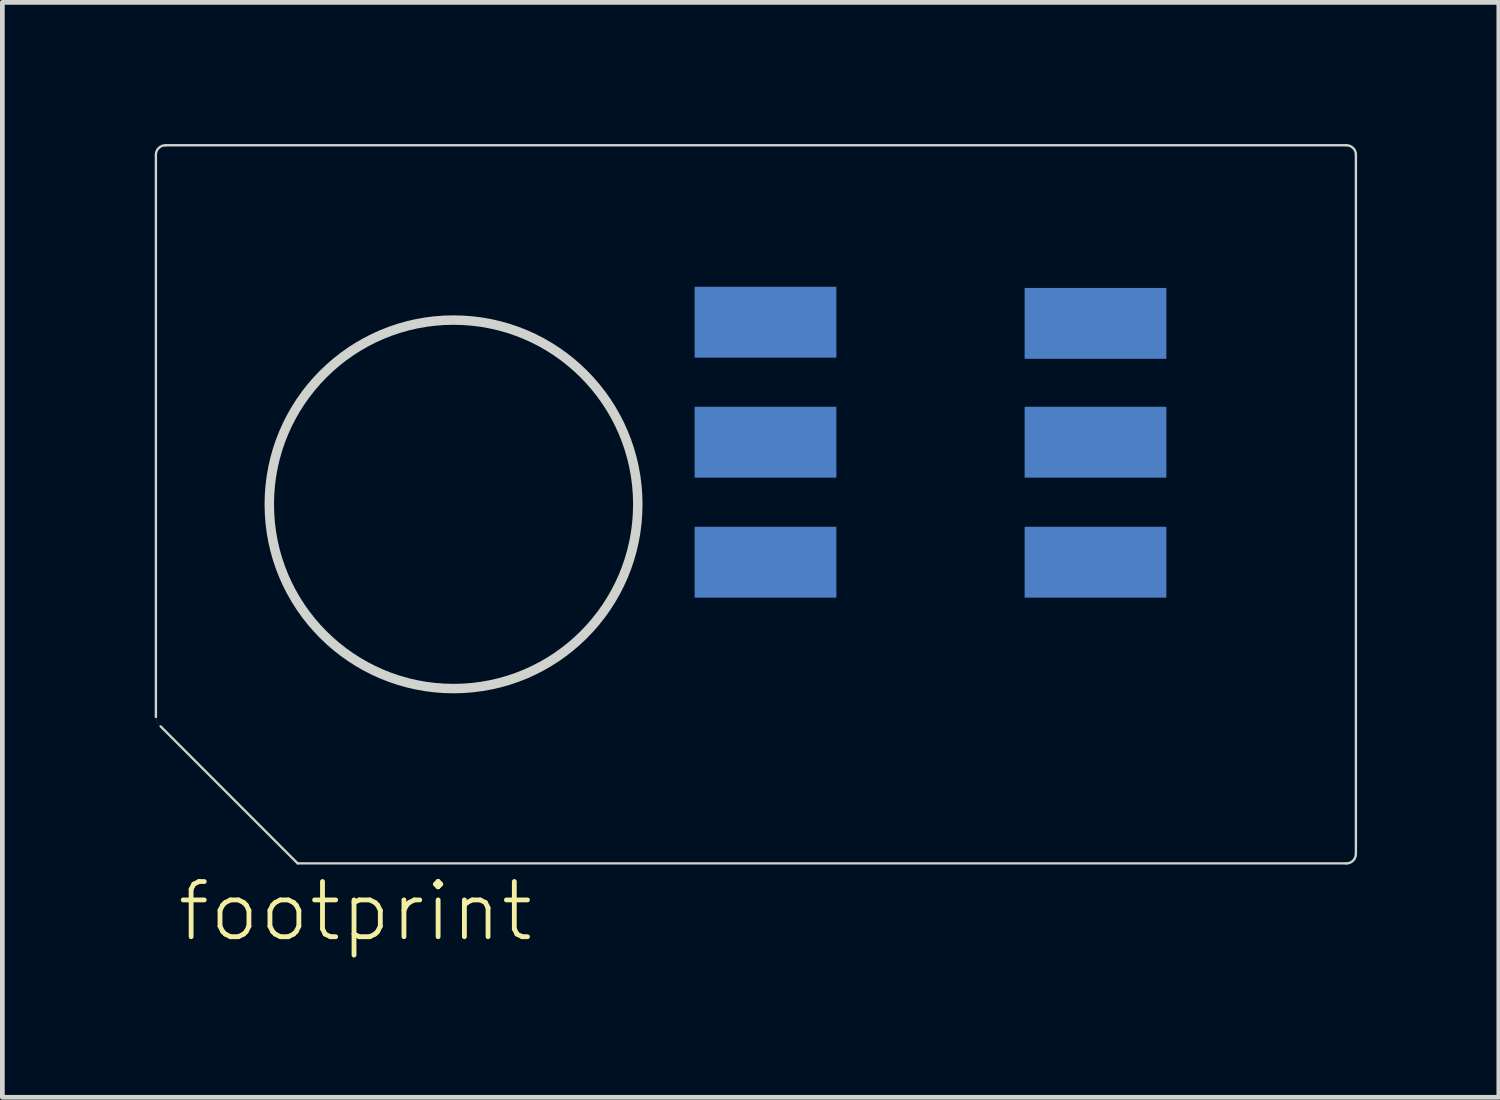
<source format=kicad_pcb>
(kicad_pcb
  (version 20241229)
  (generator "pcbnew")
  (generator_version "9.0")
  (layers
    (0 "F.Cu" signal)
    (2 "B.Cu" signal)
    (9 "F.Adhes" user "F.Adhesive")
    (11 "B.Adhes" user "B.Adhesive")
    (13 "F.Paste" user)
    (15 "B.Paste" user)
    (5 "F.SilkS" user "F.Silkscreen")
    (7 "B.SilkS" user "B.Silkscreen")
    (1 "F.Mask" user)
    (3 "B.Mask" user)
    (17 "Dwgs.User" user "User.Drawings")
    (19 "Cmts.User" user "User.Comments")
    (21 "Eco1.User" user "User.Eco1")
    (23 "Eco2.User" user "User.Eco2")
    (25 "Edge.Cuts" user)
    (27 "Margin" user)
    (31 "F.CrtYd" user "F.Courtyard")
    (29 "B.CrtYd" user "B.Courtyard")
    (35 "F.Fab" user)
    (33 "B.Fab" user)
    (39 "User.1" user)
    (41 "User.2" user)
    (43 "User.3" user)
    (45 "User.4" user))
  (footprint "footprint"
    (layer "F.Cu")
    (at 0.25 15.225)
    (property "Reference" "footprint" (at 0.4 1.7 0) (layer "F.SilkS") (effects (font (size 1.168 1.168) (thickness 0.102)) (justify left bottom)))
    (fp_line (start 0 -15) (end 0 -3.1) (stroke (width 0.05) (type solid)) (layer "Edge.Cuts"))
    (fp_line (start 3 0) (end 0.1 -2.9) (stroke (width 0.05) (type solid)) (layer "Edge.Cuts"))
    (fp_line (start 25.2 -15.2) (end 0.2 -15.2) (stroke (width 0.05) (type solid)) (layer "Edge.Cuts"))
    (fp_line (start 25.2 0) (end 3 0) (stroke (width 0.05) (type solid)) (layer "Edge.Cuts"))
    (fp_line (start 25.4 -15) (end 25.4 -0.2) (stroke (width 0.05) (type solid)) (layer "Edge.Cuts"))
    (fp_arc (start 0 -15) (mid 0.058549 -15.141351) (end 0.1999 -15.1999) (stroke (width 0.05) (type solid)) (layer "Edge.Cuts"))
    (fp_arc (start 0.100099 -2.8999) (mid 0.026393 -2.988172) (end 0 -3.1001) (stroke (width 0.0024) (type solid)) (layer "Edge.Cuts"))
    (fp_arc (start 25.2001 -15.2001) (mid 25.341463 -15.141421) (end 25.4 -15) (stroke (width 0.05) (type solid)) (layer "Edge.Cuts"))
    (fp_arc (start 25.3996 -0.1999) (mid 25.341251 -0.058632) (end 25.2001 0) (stroke (width 0.05) (type solid)) (layer "Edge.Cuts"))
    (fp_circle (center 6.3 -7.6) (end 10.2 -7.6) (stroke (width 0.2) (type solid)) (fill no) (layer "Edge.Cuts"))
    (pad "1" smd rect (at 19.888 -11.43) (size 3 1.5) (layers "B.Cu" "B.Mask" "B.Paste"))
    (pad "2" smd rect (at 19.888 -8.915) (size 3 1.5) (layers "B.Cu" "B.Mask" "B.Paste"))
    (pad "3" smd rect (at 19.888 -6.375) (size 3 1.5) (layers "B.Cu" "B.Mask" "B.Paste"))
    (pad "4" smd rect (at 12.903 -11.455) (size 3 1.5) (layers "B.Cu" "B.Mask" "B.Paste"))
    (pad "5" smd rect (at 12.903 -8.915) (size 3 1.5) (layers "B.Cu" "B.Mask" "B.Paste"))
    (pad "6" smd rect (at 12.903 -6.375) (size 3 1.5) (layers "B.Cu" "B.Mask" "B.Paste")))
  (gr_rect
    (start -3 -3)
    (end 28.675 20.176)
    (stroke (width 0.1) (type default))
    (fill no)
    (layer "Edge.Cuts")))
</source>
